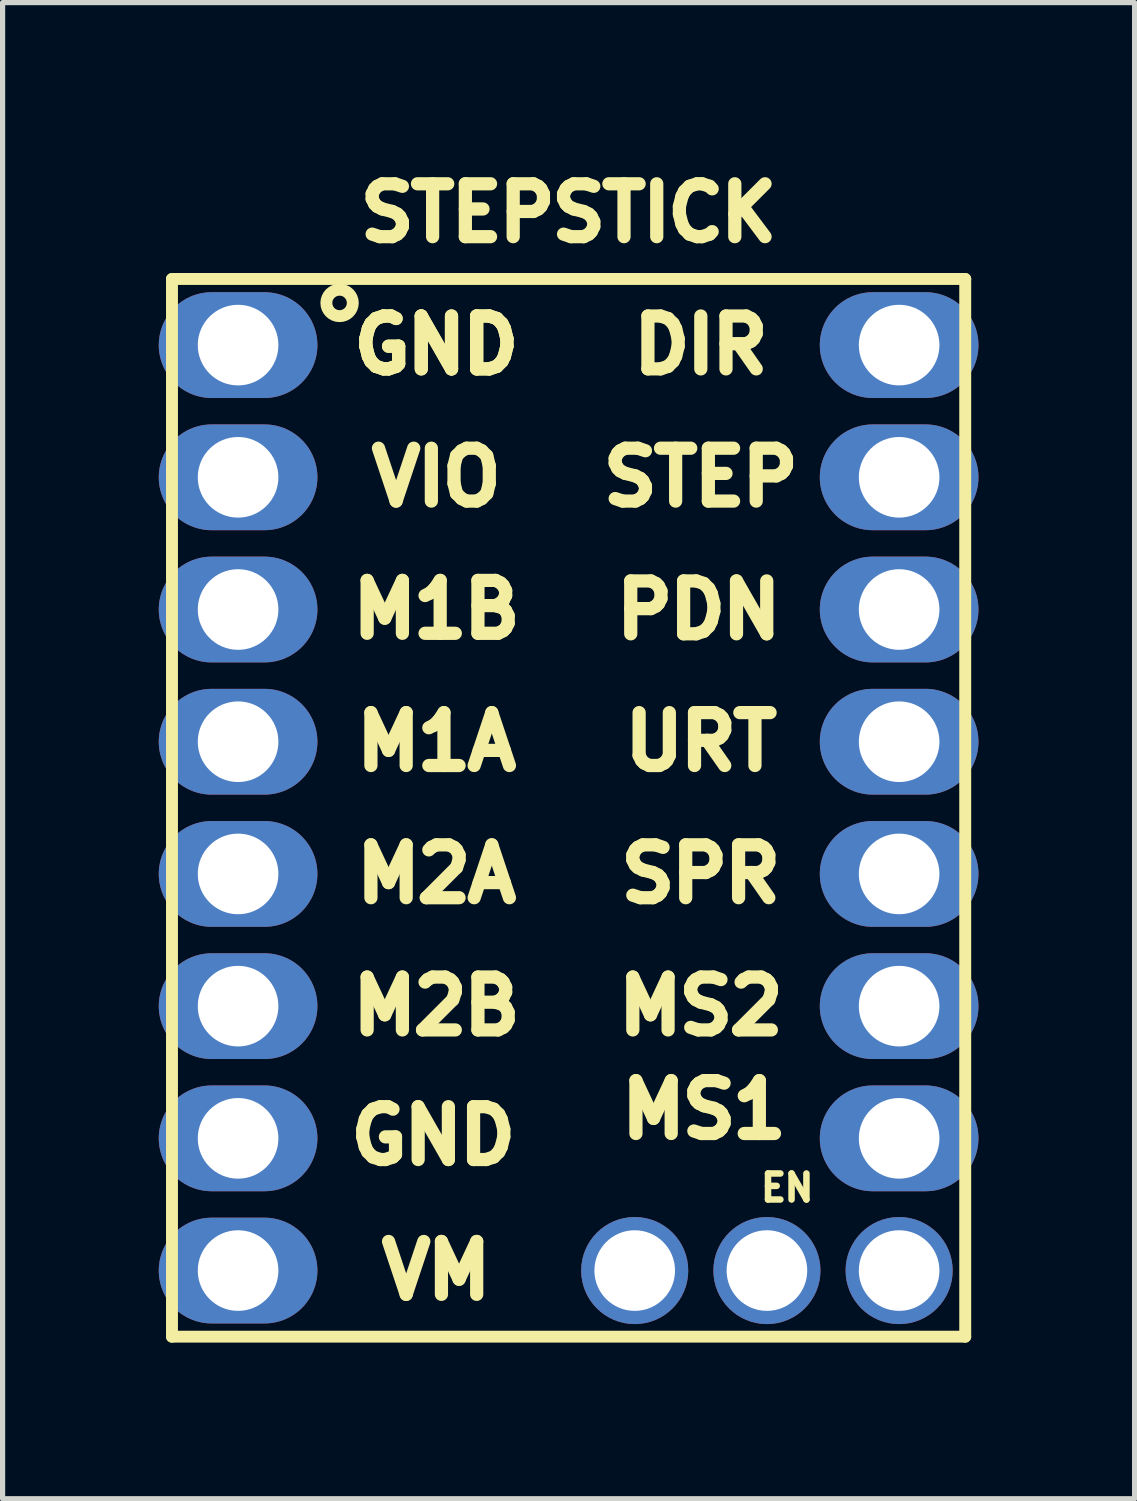
<source format=kicad_pcb>
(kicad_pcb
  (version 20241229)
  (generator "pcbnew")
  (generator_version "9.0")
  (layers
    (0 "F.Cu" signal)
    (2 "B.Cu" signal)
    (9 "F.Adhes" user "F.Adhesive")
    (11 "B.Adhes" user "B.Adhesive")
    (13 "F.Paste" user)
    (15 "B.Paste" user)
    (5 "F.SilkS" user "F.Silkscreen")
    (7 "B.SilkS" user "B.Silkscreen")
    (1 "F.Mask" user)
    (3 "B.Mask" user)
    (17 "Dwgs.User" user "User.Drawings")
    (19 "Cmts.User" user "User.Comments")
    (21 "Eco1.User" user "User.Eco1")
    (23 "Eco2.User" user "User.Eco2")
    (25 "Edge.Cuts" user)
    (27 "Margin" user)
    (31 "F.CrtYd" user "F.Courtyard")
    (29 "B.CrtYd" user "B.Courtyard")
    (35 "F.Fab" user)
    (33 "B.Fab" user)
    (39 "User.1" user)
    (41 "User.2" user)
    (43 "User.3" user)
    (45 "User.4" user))
  (footprint "STEPSTICK"
    (layer "F.Cu")
    (at 7.874 12.47)
    (property "Reference" "STEPSTICK" (at 0 -11.43 0) (layer "F.SilkS") (effects (font (size 1.016 1.016) (thickness 0.254))))
    (attr through_hole)
    (fp_line (start -7.62 -10.16) (end -7.62 10.16) (stroke (width 0.229) (type solid)) (layer "F.SilkS"))
    (fp_line (start -7.62 10.16) (end 7.62 10.16) (stroke (width 0.229) (type solid)) (layer "F.SilkS"))
    (fp_line (start 7.62 -10.16) (end -7.62 -10.16) (stroke (width 0.229) (type solid)) (layer "F.SilkS"))
    (fp_line (start 7.62 10.16) (end 7.62 -10.16) (stroke (width 0.229) (type solid)) (layer "F.SilkS"))
    (fp_circle (center -4.4 -9.7) (end -4.4 -9.954) (stroke (width 0.229) (type solid)) (fill no) (layer "F.SilkS"))
    (fp_text user "GND" (at -2.54 -8.89 0) (layer "F.SilkS") (effects (font (size 1.016 1.016) (thickness 0.254))))
    (fp_text user "GND" (at -2.6 6.3 0) (layer "F.SilkS") (effects (font (size 1.016 1.016) (thickness 0.254))))
    (fp_text user "STEP" (at 2.54 -6.35 0) (layer "F.SilkS") (effects (font (size 1.016 1.016) (thickness 0.254))))
    (fp_text user "M1A" (at -2.54 -1.27 0) (layer "F.SilkS") (effects (font (size 1.016 1.016) (thickness 0.254))))
    (fp_text user "URT" (at 2.54 -1.27 0) (layer "F.SilkS") (effects (font (size 1.016 1.016) (thickness 0.254))))
    (fp_text user "MS2" (at 2.54 3.81 0) (layer "F.SilkS") (effects (font (size 1.016 1.016) (thickness 0.254))))
    (fp_text user "M2B" (at -2.54 3.81 0) (layer "F.SilkS") (effects (font (size 1.016 1.016) (thickness 0.254))))
    (fp_text user "M1B" (at -2.54 -3.81 0) (layer "F.SilkS") (effects (font (size 1.016 1.016) (thickness 0.254))))
    (fp_text user "MS1" (at 2.6 5.8 0) (layer "F.SilkS") (effects (font (size 1.016 1.016) (thickness 0.254))))
    (fp_text user "M2A" (at -2.54 1.27 0) (layer "F.SilkS") (effects (font (size 1.016 1.016) (thickness 0.254))))
    (fp_text user "SPR" (at 2.54 1.27 0) (layer "F.SilkS") (effects (font (size 1.016 1.016) (thickness 0.254))))
    (fp_text user "GND" (at -2.54 -8.89 0) (layer "F.SilkS") (effects (font (size 1.016 1.016) (thickness 0.254))))
    (fp_text user "PDN" (at 2.5 -3.8 0) (layer "F.SilkS") (effects (font (size 1.016 1.016) (thickness 0.254))))
    (fp_text user "DIR" (at 2.54 -8.89 0) (layer "F.SilkS") (effects (font (size 1.016 1.016) (thickness 0.254))))
    (fp_text user "EN" (at 4.2 7.3 0) (layer "F.SilkS") (effects (font (size 0.5 0.5) (thickness 0.125))))
    (fp_text user "VIO" (at -2.54 -6.35 0) (layer "F.SilkS") (effects (font (size 1.016 1.016) (thickness 0.254))))
    (fp_text user "VM" (at -2.54 8.89 0) (layer "F.SilkS") (effects (font (size 1.016 1.016) (thickness 0.254))))
    (pad "1" thru_hole oval (at -6.35 -8.89) (size 3.048 2.032) (drill 1.549) (layers "*.Cu" "*.Mask"))
    (pad "2" thru_hole oval (at -6.35 -6.35) (size 3.048 2.032) (drill 1.549) (layers "*.Cu" "*.Mask"))
    (pad "3" thru_hole oval (at -6.35 -3.81) (size 3.048 2.032) (drill 1.549) (layers "*.Cu" "*.Mask"))
    (pad "4" thru_hole oval (at -6.35 -1.27) (size 3.048 2.032) (drill 1.549) (layers "*.Cu" "*.Mask"))
    (pad "5" thru_hole oval (at -6.35 1.27) (size 3.048 2.032) (drill 1.549) (layers "*.Cu" "*.Mask"))
    (pad "6" thru_hole oval (at -6.35 3.81) (size 3.048 2.032) (drill 1.549) (layers "*.Cu" "*.Mask"))
    (pad "7" thru_hole oval (at -6.35 6.35) (size 3.048 2.032) (drill 1.549) (layers "*.Cu" "*.Mask"))
    (pad "8" thru_hole oval (at -6.35 8.89) (size 3.048 2.032) (drill 1.549) (layers "*.Cu" "*.Mask"))
    (pad "9" thru_hole oval (at 6.35 -8.89) (size 3.048 2.032) (drill 1.549) (layers "*.Cu" "*.Mask"))
    (pad "10" thru_hole oval (at 6.35 -6.35) (size 3.048 2.032) (drill 1.549) (layers "*.Cu" "*.Mask"))
    (pad "11" thru_hole oval (at 6.35 -3.81) (size 3.048 2.032) (drill 1.549) (layers "*.Cu" "*.Mask"))
    (pad "12" thru_hole oval (at 6.35 -1.27) (size 3.048 2.032) (drill 1.549) (layers "*.Cu" "*.Mask"))
    (pad "13" thru_hole oval (at 6.35 1.27) (size 3.048 2.032) (drill 1.549) (layers "*.Cu" "*.Mask"))
    (pad "14" thru_hole oval (at 6.35 3.81) (size 3.048 2.032) (drill 1.549) (layers "*.Cu" "*.Mask"))
    (pad "15" thru_hole oval (at 6.35 6.35) (size 3.048 2.032) (drill 1.549) (layers "*.Cu" "*.Mask"))
    (pad "16" thru_hole circle (at 6.35 8.89) (size 2.057 2.057) (drill 1.549) (layers "*.Cu" "*.Mask"))
    (pad "17" thru_hole circle (at 1.27 8.89) (size 2.057 2.057) (drill 1.549) (layers "*.Cu" "*.Mask"))
    (pad "18" thru_hole circle (at 3.81 8.89) (size 2.057 2.057) (drill 1.549) (layers "*.Cu" "*.Mask")))
  (gr_rect
    (start -3 -3)
    (end 18.748 25.744)
    (stroke (width 0.1) (type default))
    (fill no)
    (layer "Edge.Cuts")))
</source>
